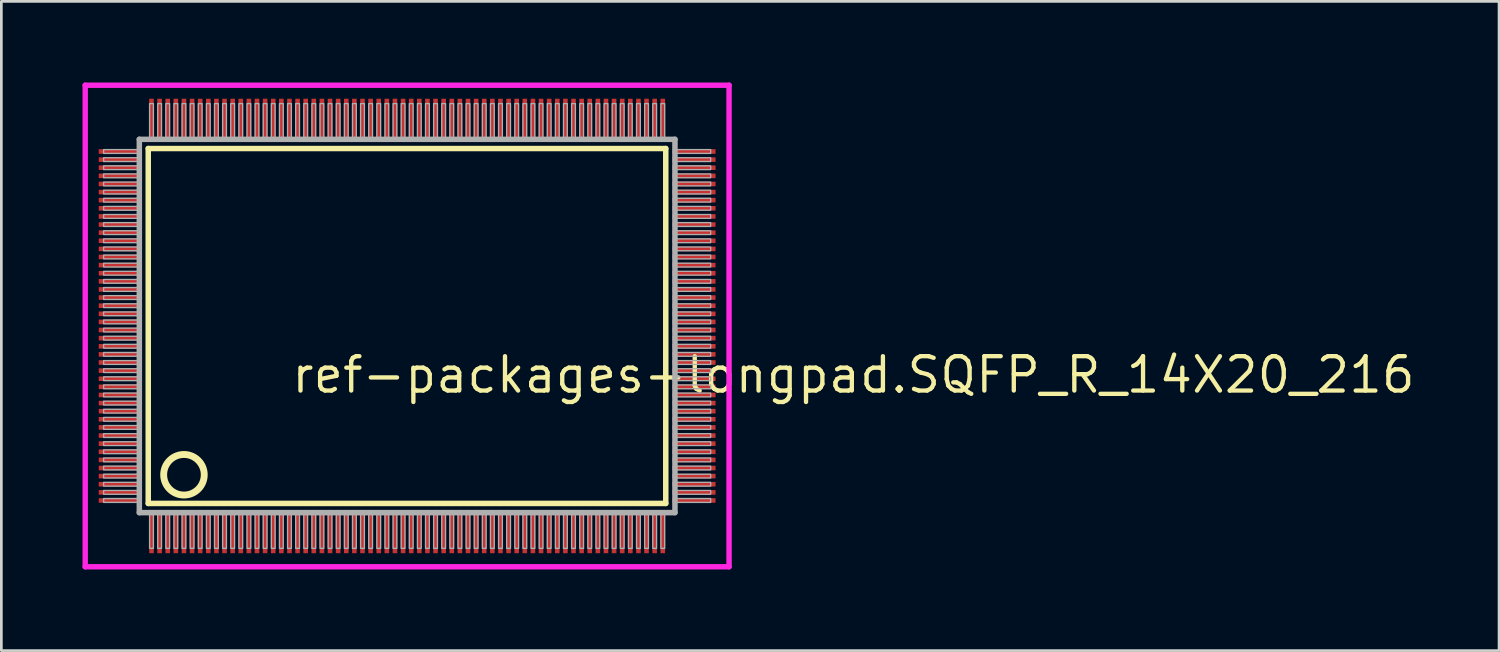
<source format=kicad_pcb>
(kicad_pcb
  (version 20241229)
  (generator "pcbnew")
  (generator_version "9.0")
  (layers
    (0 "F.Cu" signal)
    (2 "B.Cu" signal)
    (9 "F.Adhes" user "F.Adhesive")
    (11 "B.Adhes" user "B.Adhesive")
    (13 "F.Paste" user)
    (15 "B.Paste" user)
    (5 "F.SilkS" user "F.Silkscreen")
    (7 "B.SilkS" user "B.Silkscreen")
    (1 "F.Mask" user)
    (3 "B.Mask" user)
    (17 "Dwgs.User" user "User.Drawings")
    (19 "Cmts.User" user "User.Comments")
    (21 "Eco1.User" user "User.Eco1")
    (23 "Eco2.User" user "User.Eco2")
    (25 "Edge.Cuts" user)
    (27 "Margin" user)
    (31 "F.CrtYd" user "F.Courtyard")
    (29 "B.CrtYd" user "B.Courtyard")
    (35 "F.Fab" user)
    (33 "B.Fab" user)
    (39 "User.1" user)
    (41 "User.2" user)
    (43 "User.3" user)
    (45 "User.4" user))
  (footprint "ref-packages-longpad.SQFP_R_14X20_216"
    (layer "F.Cu")
    (at 12 9)
    (property "Reference" "ref-packages-longpad.SQFP_R_14X20_216" (at -4.35 2.55 0) (layer "F.SilkS") (effects (font (size 1.27 1.27) (thickness 0.16)) (justify left bottom)))
    (attr smd)
    (fp_line (start -9.57 -6.56) (end 9.56 -6.56) (stroke (width 0.203) (type default)) (layer "F.SilkS"))
    (fp_line (start -9.57 6.56) (end -9.57 -6.56) (stroke (width 0.203) (type default)) (layer "F.SilkS"))
    (fp_line (start 9.56 -6.56) (end 9.56 6.56) (stroke (width 0.203) (type default)) (layer "F.SilkS"))
    (fp_line (start 9.56 6.56) (end -9.57 6.56) (stroke (width 0.203) (type default)) (layer "F.SilkS"))
    (fp_circle (center -8.25 5.5) (end -7.5 5.5) (stroke (width 0.254) (type default)) (fill no) (layer "F.SilkS"))
    (fp_line (start -11.9 -8.9) (end 11.9 -8.9) (stroke (width 0.2) (type default)) (layer "F.CrtYd"))
    (fp_line (start -11.9 8.9) (end -11.9 -8.9) (stroke (width 0.2) (type default)) (layer "F.CrtYd"))
    (fp_line (start 11.9 -8.9) (end 11.9 8.9) (stroke (width 0.2) (type default)) (layer "F.CrtYd"))
    (fp_line (start 11.9 8.9) (end -11.9 8.9) (stroke (width 0.2) (type default)) (layer "F.CrtYd"))
    (fp_line (start -9.9 -6.9) (end -9.9 6.9) (stroke (width 0.203) (type default)) (layer "F.Fab"))
    (fp_line (start -9.9 6.9) (end 9.9 6.9) (stroke (width 0.203) (type default)) (layer "F.Fab"))
    (fp_line (start 9.9 -6.9) (end -9.9 -6.9) (stroke (width 0.203) (type default)) (layer "F.Fab"))
    (fp_line (start 9.9 6.9) (end 9.9 -6.9) (stroke (width 0.203) (type default)) (layer "F.Fab"))
    (fp_rect (start -11.22 -6.38) (end -9.95 -6.52) (stroke (width 0.05) (type default)) (fill no) (layer "F.Fab"))
    (fp_rect (start -11.22 -6.08) (end -9.95 -6.22) (stroke (width 0.05) (type default)) (fill no) (layer "F.Fab"))
    (fp_rect (start -11.22 -5.78) (end -9.95 -5.92) (stroke (width 0.05) (type default)) (fill no) (layer "F.Fab"))
    (fp_rect (start -11.22 -5.48) (end -9.95 -5.62) (stroke (width 0.05) (type default)) (fill no) (layer "F.Fab"))
    (fp_rect (start -11.22 -5.18) (end -9.95 -5.32) (stroke (width 0.05) (type default)) (fill no) (layer "F.Fab"))
    (fp_rect (start -11.22 -4.88) (end -9.95 -5.02) (stroke (width 0.05) (type default)) (fill no) (layer "F.Fab"))
    (fp_rect (start -11.22 -4.58) (end -9.95 -4.72) (stroke (width 0.05) (type default)) (fill no) (layer "F.Fab"))
    (fp_rect (start -11.22 -4.28) (end -9.95 -4.42) (stroke (width 0.05) (type default)) (fill no) (layer "F.Fab"))
    (fp_rect (start -11.22 -3.98) (end -9.95 -4.12) (stroke (width 0.05) (type default)) (fill no) (layer "F.Fab"))
    (fp_rect (start -11.22 -3.68) (end -9.95 -3.82) (stroke (width 0.05) (type default)) (fill no) (layer "F.Fab"))
    (fp_rect (start -11.22 -3.38) (end -9.95 -3.52) (stroke (width 0.05) (type default)) (fill no) (layer "F.Fab"))
    (fp_rect (start -11.22 -3.08) (end -9.95 -3.22) (stroke (width 0.05) (type default)) (fill no) (layer "F.Fab"))
    (fp_rect (start -11.22 -2.78) (end -9.95 -2.92) (stroke (width 0.05) (type default)) (fill no) (layer "F.Fab"))
    (fp_rect (start -11.22 -2.48) (end -9.95 -2.62) (stroke (width 0.05) (type default)) (fill no) (layer "F.Fab"))
    (fp_rect (start -11.22 -2.18) (end -9.95 -2.32) (stroke (width 0.05) (type default)) (fill no) (layer "F.Fab"))
    (fp_rect (start -11.22 -1.88) (end -9.95 -2.02) (stroke (width 0.05) (type default)) (fill no) (layer "F.Fab"))
    (fp_rect (start -11.22 -1.58) (end -9.95 -1.72) (stroke (width 0.05) (type default)) (fill no) (layer "F.Fab"))
    (fp_rect (start -11.22 -1.28) (end -9.95 -1.42) (stroke (width 0.05) (type default)) (fill no) (layer "F.Fab"))
    (fp_rect (start -11.22 -0.98) (end -9.95 -1.12) (stroke (width 0.05) (type default)) (fill no) (layer "F.Fab"))
    (fp_rect (start -11.22 -0.68) (end -9.95 -0.82) (stroke (width 0.05) (type default)) (fill no) (layer "F.Fab"))
    (fp_rect (start -11.22 -0.38) (end -9.95 -0.52) (stroke (width 0.05) (type default)) (fill no) (layer "F.Fab"))
    (fp_rect (start -11.22 -0.08) (end -9.95 -0.22) (stroke (width 0.05) (type default)) (fill no) (layer "F.Fab"))
    (fp_rect (start -11.22 0.22) (end -9.95 0.08) (stroke (width 0.05) (type default)) (fill no) (layer "F.Fab"))
    (fp_rect (start -11.22 0.52) (end -9.95 0.38) (stroke (width 0.05) (type default)) (fill no) (layer "F.Fab"))
    (fp_rect (start -11.22 0.82) (end -9.95 0.68) (stroke (width 0.05) (type default)) (fill no) (layer "F.Fab"))
    (fp_rect (start -11.22 1.12) (end -9.95 0.98) (stroke (width 0.05) (type default)) (fill no) (layer "F.Fab"))
    (fp_rect (start -11.22 1.42) (end -9.95 1.28) (stroke (width 0.05) (type default)) (fill no) (layer "F.Fab"))
    (fp_rect (start -11.22 1.72) (end -9.95 1.58) (stroke (width 0.05) (type default)) (fill no) (layer "F.Fab"))
    (fp_rect (start -11.22 2.02) (end -9.95 1.88) (stroke (width 0.05) (type default)) (fill no) (layer "F.Fab"))
    (fp_rect (start -11.22 2.32) (end -9.95 2.18) (stroke (width 0.05) (type default)) (fill no) (layer "F.Fab"))
    (fp_rect (start -11.22 2.62) (end -9.95 2.48) (stroke (width 0.05) (type default)) (fill no) (layer "F.Fab"))
    (fp_rect (start -11.22 2.92) (end -9.95 2.78) (stroke (width 0.05) (type default)) (fill no) (layer "F.Fab"))
    (fp_rect (start -11.22 3.22) (end -9.95 3.08) (stroke (width 0.05) (type default)) (fill no) (layer "F.Fab"))
    (fp_rect (start -11.22 3.52) (end -9.95 3.38) (stroke (width 0.05) (type default)) (fill no) (layer "F.Fab"))
    (fp_rect (start -11.22 3.82) (end -9.95 3.68) (stroke (width 0.05) (type default)) (fill no) (layer "F.Fab"))
    (fp_rect (start -11.22 4.12) (end -9.95 3.98) (stroke (width 0.05) (type default)) (fill no) (layer "F.Fab"))
    (fp_rect (start -11.22 4.42) (end -9.95 4.28) (stroke (width 0.05) (type default)) (fill no) (layer "F.Fab"))
    (fp_rect (start -11.22 4.72) (end -9.95 4.58) (stroke (width 0.05) (type default)) (fill no) (layer "F.Fab"))
    (fp_rect (start -11.22 5.02) (end -9.95 4.88) (stroke (width 0.05) (type default)) (fill no) (layer "F.Fab"))
    (fp_rect (start -11.22 5.32) (end -9.95 5.18) (stroke (width 0.05) (type default)) (fill no) (layer "F.Fab"))
    (fp_rect (start -11.22 5.62) (end -9.95 5.48) (stroke (width 0.05) (type default)) (fill no) (layer "F.Fab"))
    (fp_rect (start -11.22 5.92) (end -9.95 5.78) (stroke (width 0.05) (type default)) (fill no) (layer "F.Fab"))
    (fp_rect (start -11.22 6.22) (end -9.95 6.08) (stroke (width 0.05) (type default)) (fill no) (layer "F.Fab"))
    (fp_rect (start -11.22 6.52) (end -9.95 6.38) (stroke (width 0.05) (type default)) (fill no) (layer "F.Fab"))
    (fp_rect (start -9.52 -6.95) (end -9.38 -8.22) (stroke (width 0.05) (type default)) (fill no) (layer "F.Fab"))
    (fp_rect (start -9.52 8.22) (end -9.38 6.95) (stroke (width 0.05) (type default)) (fill no) (layer "F.Fab"))
    (fp_rect (start -9.22 -6.95) (end -9.08 -8.22) (stroke (width 0.05) (type default)) (fill no) (layer "F.Fab"))
    (fp_rect (start -9.22 8.22) (end -9.08 6.95) (stroke (width 0.05) (type default)) (fill no) (layer "F.Fab"))
    (fp_rect (start -8.92 -6.95) (end -8.78 -8.22) (stroke (width 0.05) (type default)) (fill no) (layer "F.Fab"))
    (fp_rect (start -8.92 8.22) (end -8.78 6.95) (stroke (width 0.05) (type default)) (fill no) (layer "F.Fab"))
    (fp_rect (start -8.62 -6.95) (end -8.48 -8.22) (stroke (width 0.05) (type default)) (fill no) (layer "F.Fab"))
    (fp_rect (start -8.62 8.22) (end -8.48 6.95) (stroke (width 0.05) (type default)) (fill no) (layer "F.Fab"))
    (fp_rect (start -8.32 -6.95) (end -8.18 -8.22) (stroke (width 0.05) (type default)) (fill no) (layer "F.Fab"))
    (fp_rect (start -8.32 8.22) (end -8.18 6.95) (stroke (width 0.05) (type default)) (fill no) (layer "F.Fab"))
    (fp_rect (start -8.02 -6.95) (end -7.88 -8.22) (stroke (width 0.05) (type default)) (fill no) (layer "F.Fab"))
    (fp_rect (start -8.02 8.22) (end -7.88 6.95) (stroke (width 0.05) (type default)) (fill no) (layer "F.Fab"))
    (fp_rect (start -7.72 -6.95) (end -7.58 -8.22) (stroke (width 0.05) (type default)) (fill no) (layer "F.Fab"))
    (fp_rect (start -7.72 8.22) (end -7.58 6.95) (stroke (width 0.05) (type default)) (fill no) (layer "F.Fab"))
    (fp_rect (start -7.42 -6.95) (end -7.28 -8.22) (stroke (width 0.05) (type default)) (fill no) (layer "F.Fab"))
    (fp_rect (start -7.42 8.22) (end -7.28 6.95) (stroke (width 0.05) (type default)) (fill no) (layer "F.Fab"))
    (fp_rect (start -7.12 -6.95) (end -6.98 -8.22) (stroke (width 0.05) (type default)) (fill no) (layer "F.Fab"))
    (fp_rect (start -7.12 8.22) (end -6.98 6.95) (stroke (width 0.05) (type default)) (fill no) (layer "F.Fab"))
    (fp_rect (start -6.82 -6.95) (end -6.68 -8.22) (stroke (width 0.05) (type default)) (fill no) (layer "F.Fab"))
    (fp_rect (start -6.82 8.22) (end -6.68 6.95) (stroke (width 0.05) (type default)) (fill no) (layer "F.Fab"))
    (fp_rect (start -6.52 -6.95) (end -6.38 -8.22) (stroke (width 0.05) (type default)) (fill no) (layer "F.Fab"))
    (fp_rect (start -6.52 8.22) (end -6.38 6.95) (stroke (width 0.05) (type default)) (fill no) (layer "F.Fab"))
    (fp_rect (start -6.22 -6.95) (end -6.08 -8.22) (stroke (width 0.05) (type default)) (fill no) (layer "F.Fab"))
    (fp_rect (start -6.22 8.22) (end -6.08 6.95) (stroke (width 0.05) (type default)) (fill no) (layer "F.Fab"))
    (fp_rect (start -5.92 -6.95) (end -5.78 -8.22) (stroke (width 0.05) (type default)) (fill no) (layer "F.Fab"))
    (fp_rect (start -5.92 8.22) (end -5.78 6.95) (stroke (width 0.05) (type default)) (fill no) (layer "F.Fab"))
    (fp_rect (start -5.62 -6.95) (end -5.48 -8.22) (stroke (width 0.05) (type default)) (fill no) (layer "F.Fab"))
    (fp_rect (start -5.62 8.22) (end -5.48 6.95) (stroke (width 0.05) (type default)) (fill no) (layer "F.Fab"))
    (fp_rect (start -5.32 -6.95) (end -5.18 -8.22) (stroke (width 0.05) (type default)) (fill no) (layer "F.Fab"))
    (fp_rect (start -5.32 8.22) (end -5.18 6.95) (stroke (width 0.05) (type default)) (fill no) (layer "F.Fab"))
    (fp_rect (start -5.02 -6.95) (end -4.88 -8.22) (stroke (width 0.05) (type default)) (fill no) (layer "F.Fab"))
    (fp_rect (start -5.02 8.22) (end -4.88 6.95) (stroke (width 0.05) (type default)) (fill no) (layer "F.Fab"))
    (fp_rect (start -4.72 -6.95) (end -4.58 -8.22) (stroke (width 0.05) (type default)) (fill no) (layer "F.Fab"))
    (fp_rect (start -4.72 8.22) (end -4.58 6.95) (stroke (width 0.05) (type default)) (fill no) (layer "F.Fab"))
    (fp_rect (start -4.42 -6.95) (end -4.28 -8.22) (stroke (width 0.05) (type default)) (fill no) (layer "F.Fab"))
    (fp_rect (start -4.42 8.22) (end -4.28 6.95) (stroke (width 0.05) (type default)) (fill no) (layer "F.Fab"))
    (fp_rect (start -4.12 -6.95) (end -3.98 -8.22) (stroke (width 0.05) (type default)) (fill no) (layer "F.Fab"))
    (fp_rect (start -4.12 8.22) (end -3.98 6.95) (stroke (width 0.05) (type default)) (fill no) (layer "F.Fab"))
    (fp_rect (start -3.82 -6.95) (end -3.68 -8.22) (stroke (width 0.05) (type default)) (fill no) (layer "F.Fab"))
    (fp_rect (start -3.82 8.22) (end -3.68 6.95) (stroke (width 0.05) (type default)) (fill no) (layer "F.Fab"))
    (fp_rect (start -3.52 -6.95) (end -3.38 -8.22) (stroke (width 0.05) (type default)) (fill no) (layer "F.Fab"))
    (fp_rect (start -3.52 8.22) (end -3.38 6.95) (stroke (width 0.05) (type default)) (fill no) (layer "F.Fab"))
    (fp_rect (start -3.22 -6.95) (end -3.08 -8.22) (stroke (width 0.05) (type default)) (fill no) (layer "F.Fab"))
    (fp_rect (start -3.22 8.22) (end -3.08 6.95) (stroke (width 0.05) (type default)) (fill no) (layer "F.Fab"))
    (fp_rect (start -2.92 -6.95) (end -2.78 -8.22) (stroke (width 0.05) (type default)) (fill no) (layer "F.Fab"))
    (fp_rect (start -2.92 8.22) (end -2.78 6.95) (stroke (width 0.05) (type default)) (fill no) (layer "F.Fab"))
    (fp_rect (start -2.62 -6.95) (end -2.48 -8.22) (stroke (width 0.05) (type default)) (fill no) (layer "F.Fab"))
    (fp_rect (start -2.62 8.22) (end -2.48 6.95) (stroke (width 0.05) (type default)) (fill no) (layer "F.Fab"))
    (fp_rect (start -2.32 -6.95) (end -2.18 -8.22) (stroke (width 0.05) (type default)) (fill no) (layer "F.Fab"))
    (fp_rect (start -2.32 8.22) (end -2.18 6.95) (stroke (width 0.05) (type default)) (fill no) (layer "F.Fab"))
    (fp_rect (start -2.02 -6.95) (end -1.88 -8.22) (stroke (width 0.05) (type default)) (fill no) (layer "F.Fab"))
    (fp_rect (start -2.02 8.22) (end -1.88 6.95) (stroke (width 0.05) (type default)) (fill no) (layer "F.Fab"))
    (fp_rect (start -1.72 -6.95) (end -1.58 -8.22) (stroke (width 0.05) (type default)) (fill no) (layer "F.Fab"))
    (fp_rect (start -1.72 8.22) (end -1.58 6.95) (stroke (width 0.05) (type default)) (fill no) (layer "F.Fab"))
    (fp_rect (start -1.42 -6.95) (end -1.28 -8.22) (stroke (width 0.05) (type default)) (fill no) (layer "F.Fab"))
    (fp_rect (start -1.42 8.22) (end -1.28 6.95) (stroke (width 0.05) (type default)) (fill no) (layer "F.Fab"))
    (fp_rect (start -1.12 -6.95) (end -0.98 -8.22) (stroke (width 0.05) (type default)) (fill no) (layer "F.Fab"))
    (fp_rect (start -1.12 8.22) (end -0.98 6.95) (stroke (width 0.05) (type default)) (fill no) (layer "F.Fab"))
    (fp_rect (start -0.82 -6.95) (end -0.68 -8.22) (stroke (width 0.05) (type default)) (fill no) (layer "F.Fab"))
    (fp_rect (start -0.82 8.22) (end -0.68 6.95) (stroke (width 0.05) (type default)) (fill no) (layer "F.Fab"))
    (fp_rect (start -0.52 -6.95) (end -0.38 -8.22) (stroke (width 0.05) (type default)) (fill no) (layer "F.Fab"))
    (fp_rect (start -0.52 8.22) (end -0.38 6.95) (stroke (width 0.05) (type default)) (fill no) (layer "F.Fab"))
    (fp_rect (start -0.22 -6.95) (end -0.08 -8.22) (stroke (width 0.05) (type default)) (fill no) (layer "F.Fab"))
    (fp_rect (start -0.22 8.22) (end -0.08 6.95) (stroke (width 0.05) (type default)) (fill no) (layer "F.Fab"))
    (fp_rect (start 0.08 -6.95) (end 0.22 -8.22) (stroke (width 0.05) (type default)) (fill no) (layer "F.Fab"))
    (fp_rect (start 0.08 8.22) (end 0.22 6.95) (stroke (width 0.05) (type default)) (fill no) (layer "F.Fab"))
    (fp_rect (start 0.38 -6.95) (end 0.52 -8.22) (stroke (width 0.05) (type default)) (fill no) (layer "F.Fab"))
    (fp_rect (start 0.38 8.22) (end 0.52 6.95) (stroke (width 0.05) (type default)) (fill no) (layer "F.Fab"))
    (fp_rect (start 0.68 -6.95) (end 0.82 -8.22) (stroke (width 0.05) (type default)) (fill no) (layer "F.Fab"))
    (fp_rect (start 0.68 8.22) (end 0.82 6.95) (stroke (width 0.05) (type default)) (fill no) (layer "F.Fab"))
    (fp_rect (start 0.98 -6.95) (end 1.12 -8.22) (stroke (width 0.05) (type default)) (fill no) (layer "F.Fab"))
    (fp_rect (start 0.98 8.22) (end 1.12 6.95) (stroke (width 0.05) (type default)) (fill no) (layer "F.Fab"))
    (fp_rect (start 1.28 -6.95) (end 1.42 -8.22) (stroke (width 0.05) (type default)) (fill no) (layer "F.Fab"))
    (fp_rect (start 1.28 8.22) (end 1.42 6.95) (stroke (width 0.05) (type default)) (fill no) (layer "F.Fab"))
    (fp_rect (start 1.58 -6.95) (end 1.72 -8.22) (stroke (width 0.05) (type default)) (fill no) (layer "F.Fab"))
    (fp_rect (start 1.58 8.22) (end 1.72 6.95) (stroke (width 0.05) (type default)) (fill no) (layer "F.Fab"))
    (fp_rect (start 1.88 -6.95) (end 2.02 -8.22) (stroke (width 0.05) (type default)) (fill no) (layer "F.Fab"))
    (fp_rect (start 1.88 8.22) (end 2.02 6.95) (stroke (width 0.05) (type default)) (fill no) (layer "F.Fab"))
    (fp_rect (start 2.18 -6.95) (end 2.32 -8.22) (stroke (width 0.05) (type default)) (fill no) (layer "F.Fab"))
    (fp_rect (start 2.18 8.22) (end 2.32 6.95) (stroke (width 0.05) (type default)) (fill no) (layer "F.Fab"))
    (fp_rect (start 2.48 -6.95) (end 2.62 -8.22) (stroke (width 0.05) (type default)) (fill no) (layer "F.Fab"))
    (fp_rect (start 2.48 8.22) (end 2.62 6.95) (stroke (width 0.05) (type default)) (fill no) (layer "F.Fab"))
    (fp_rect (start 2.78 -6.95) (end 2.92 -8.22) (stroke (width 0.05) (type default)) (fill no) (layer "F.Fab"))
    (fp_rect (start 2.78 8.22) (end 2.92 6.95) (stroke (width 0.05) (type default)) (fill no) (layer "F.Fab"))
    (fp_rect (start 3.08 -6.95) (end 3.22 -8.22) (stroke (width 0.05) (type default)) (fill no) (layer "F.Fab"))
    (fp_rect (start 3.08 8.22) (end 3.22 6.95) (stroke (width 0.05) (type default)) (fill no) (layer "F.Fab"))
    (fp_rect (start 3.38 -6.95) (end 3.52 -8.22) (stroke (width 0.05) (type default)) (fill no) (layer "F.Fab"))
    (fp_rect (start 3.38 8.22) (end 3.52 6.95) (stroke (width 0.05) (type default)) (fill no) (layer "F.Fab"))
    (fp_rect (start 3.68 -6.95) (end 3.82 -8.22) (stroke (width 0.05) (type default)) (fill no) (layer "F.Fab"))
    (fp_rect (start 3.68 8.22) (end 3.82 6.95) (stroke (width 0.05) (type default)) (fill no) (layer "F.Fab"))
    (fp_rect (start 3.98 -6.95) (end 4.12 -8.22) (stroke (width 0.05) (type default)) (fill no) (layer "F.Fab"))
    (fp_rect (start 3.98 8.22) (end 4.12 6.95) (stroke (width 0.05) (type default)) (fill no) (layer "F.Fab"))
    (fp_rect (start 4.28 -6.95) (end 4.42 -8.22) (stroke (width 0.05) (type default)) (fill no) (layer "F.Fab"))
    (fp_rect (start 4.28 8.22) (end 4.42 6.95) (stroke (width 0.05) (type default)) (fill no) (layer "F.Fab"))
    (fp_rect (start 4.58 -6.95) (end 4.72 -8.22) (stroke (width 0.05) (type default)) (fill no) (layer "F.Fab"))
    (fp_rect (start 4.58 8.22) (end 4.72 6.95) (stroke (width 0.05) (type default)) (fill no) (layer "F.Fab"))
    (fp_rect (start 4.88 -6.95) (end 5.02 -8.22) (stroke (width 0.05) (type default)) (fill no) (layer "F.Fab"))
    (fp_rect (start 4.88 8.22) (end 5.02 6.95) (stroke (width 0.05) (type default)) (fill no) (layer "F.Fab"))
    (fp_rect (start 5.18 -6.95) (end 5.32 -8.22) (stroke (width 0.05) (type default)) (fill no) (layer "F.Fab"))
    (fp_rect (start 5.18 8.22) (end 5.32 6.95) (stroke (width 0.05) (type default)) (fill no) (layer "F.Fab"))
    (fp_rect (start 5.48 -6.95) (end 5.62 -8.22) (stroke (width 0.05) (type default)) (fill no) (layer "F.Fab"))
    (fp_rect (start 5.48 8.22) (end 5.62 6.95) (stroke (width 0.05) (type default)) (fill no) (layer "F.Fab"))
    (fp_rect (start 5.78 -6.95) (end 5.92 -8.22) (stroke (width 0.05) (type default)) (fill no) (layer "F.Fab"))
    (fp_rect (start 5.78 8.22) (end 5.92 6.95) (stroke (width 0.05) (type default)) (fill no) (layer "F.Fab"))
    (fp_rect (start 6.08 -6.95) (end 6.22 -8.22) (stroke (width 0.05) (type default)) (fill no) (layer "F.Fab"))
    (fp_rect (start 6.08 8.22) (end 6.22 6.95) (stroke (width 0.05) (type default)) (fill no) (layer "F.Fab"))
    (fp_rect (start 6.38 -6.95) (end 6.52 -8.22) (stroke (width 0.05) (type default)) (fill no) (layer "F.Fab"))
    (fp_rect (start 6.38 8.22) (end 6.52 6.95) (stroke (width 0.05) (type default)) (fill no) (layer "F.Fab"))
    (fp_rect (start 6.68 -6.95) (end 6.82 -8.22) (stroke (width 0.05) (type default)) (fill no) (layer "F.Fab"))
    (fp_rect (start 6.68 8.22) (end 6.82 6.95) (stroke (width 0.05) (type default)) (fill no) (layer "F.Fab"))
    (fp_rect (start 6.98 -6.95) (end 7.12 -8.22) (stroke (width 0.05) (type default)) (fill no) (layer "F.Fab"))
    (fp_rect (start 6.98 8.22) (end 7.12 6.95) (stroke (width 0.05) (type default)) (fill no) (layer "F.Fab"))
    (fp_rect (start 7.28 -6.95) (end 7.42 -8.22) (stroke (width 0.05) (type default)) (fill no) (layer "F.Fab"))
    (fp_rect (start 7.28 8.22) (end 7.42 6.95) (stroke (width 0.05) (type default)) (fill no) (layer "F.Fab"))
    (fp_rect (start 7.58 -6.95) (end 7.72 -8.22) (stroke (width 0.05) (type default)) (fill no) (layer "F.Fab"))
    (fp_rect (start 7.58 8.22) (end 7.72 6.95) (stroke (width 0.05) (type default)) (fill no) (layer "F.Fab"))
    (fp_rect (start 7.88 -6.95) (end 8.02 -8.22) (stroke (width 0.05) (type default)) (fill no) (layer "F.Fab"))
    (fp_rect (start 7.88 8.22) (end 8.02 6.95) (stroke (width 0.05) (type default)) (fill no) (layer "F.Fab"))
    (fp_rect (start 8.18 -6.95) (end 8.32 -8.22) (stroke (width 0.05) (type default)) (fill no) (layer "F.Fab"))
    (fp_rect (start 8.18 8.22) (end 8.32 6.95) (stroke (width 0.05) (type default)) (fill no) (layer "F.Fab"))
    (fp_rect (start 8.48 -6.95) (end 8.62 -8.22) (stroke (width 0.05) (type default)) (fill no) (layer "F.Fab"))
    (fp_rect (start 8.48 8.22) (end 8.62 6.95) (stroke (width 0.05) (type default)) (fill no) (layer "F.Fab"))
    (fp_rect (start 8.78 -6.95) (end 8.92 -8.22) (stroke (width 0.05) (type default)) (fill no) (layer "F.Fab"))
    (fp_rect (start 8.78 8.22) (end 8.92 6.95) (stroke (width 0.05) (type default)) (fill no) (layer "F.Fab"))
    (fp_rect (start 9.08 -6.95) (end 9.22 -8.22) (stroke (width 0.05) (type default)) (fill no) (layer "F.Fab"))
    (fp_rect (start 9.08 8.22) (end 9.22 6.95) (stroke (width 0.05) (type default)) (fill no) (layer "F.Fab"))
    (fp_rect (start 9.38 -6.95) (end 9.52 -8.22) (stroke (width 0.05) (type default)) (fill no) (layer "F.Fab"))
    (fp_rect (start 9.38 8.22) (end 9.52 6.95) (stroke (width 0.05) (type default)) (fill no) (layer "F.Fab"))
    (fp_rect (start 9.95 -6.38) (end 11.22 -6.52) (stroke (width 0.05) (type default)) (fill no) (layer "F.Fab"))
    (fp_rect (start 9.95 -6.08) (end 11.22 -6.22) (stroke (width 0.05) (type default)) (fill no) (layer "F.Fab"))
    (fp_rect (start 9.95 -5.78) (end 11.22 -5.92) (stroke (width 0.05) (type default)) (fill no) (layer "F.Fab"))
    (fp_rect (start 9.95 -5.48) (end 11.22 -5.62) (stroke (width 0.05) (type default)) (fill no) (layer "F.Fab"))
    (fp_rect (start 9.95 -5.18) (end 11.22 -5.32) (stroke (width 0.05) (type default)) (fill no) (layer "F.Fab"))
    (fp_rect (start 9.95 -4.88) (end 11.22 -5.02) (stroke (width 0.05) (type default)) (fill no) (layer "F.Fab"))
    (fp_rect (start 9.95 -4.58) (end 11.22 -4.72) (stroke (width 0.05) (type default)) (fill no) (layer "F.Fab"))
    (fp_rect (start 9.95 -4.28) (end 11.22 -4.42) (stroke (width 0.05) (type default)) (fill no) (layer "F.Fab"))
    (fp_rect (start 9.95 -3.98) (end 11.22 -4.12) (stroke (width 0.05) (type default)) (fill no) (layer "F.Fab"))
    (fp_rect (start 9.95 -3.68) (end 11.22 -3.82) (stroke (width 0.05) (type default)) (fill no) (layer "F.Fab"))
    (fp_rect (start 9.95 -3.38) (end 11.22 -3.52) (stroke (width 0.05) (type default)) (fill no) (layer "F.Fab"))
    (fp_rect (start 9.95 -3.08) (end 11.22 -3.22) (stroke (width 0.05) (type default)) (fill no) (layer "F.Fab"))
    (fp_rect (start 9.95 -2.78) (end 11.22 -2.92) (stroke (width 0.05) (type default)) (fill no) (layer "F.Fab"))
    (fp_rect (start 9.95 -2.48) (end 11.22 -2.62) (stroke (width 0.05) (type default)) (fill no) (layer "F.Fab"))
    (fp_rect (start 9.95 -2.18) (end 11.22 -2.32) (stroke (width 0.05) (type default)) (fill no) (layer "F.Fab"))
    (fp_rect (start 9.95 -1.88) (end 11.22 -2.02) (stroke (width 0.05) (type default)) (fill no) (layer "F.Fab"))
    (fp_rect (start 9.95 -1.58) (end 11.22 -1.72) (stroke (width 0.05) (type default)) (fill no) (layer "F.Fab"))
    (fp_rect (start 9.95 -1.28) (end 11.22 -1.42) (stroke (width 0.05) (type default)) (fill no) (layer "F.Fab"))
    (fp_rect (start 9.95 -0.98) (end 11.22 -1.12) (stroke (width 0.05) (type default)) (fill no) (layer "F.Fab"))
    (fp_rect (start 9.95 -0.68) (end 11.22 -0.82) (stroke (width 0.05) (type default)) (fill no) (layer "F.Fab"))
    (fp_rect (start 9.95 -0.38) (end 11.22 -0.52) (stroke (width 0.05) (type default)) (fill no) (layer "F.Fab"))
    (fp_rect (start 9.95 -0.08) (end 11.22 -0.22) (stroke (width 0.05) (type default)) (fill no) (layer "F.Fab"))
    (fp_rect (start 9.95 0.22) (end 11.22 0.08) (stroke (width 0.05) (type default)) (fill no) (layer "F.Fab"))
    (fp_rect (start 9.95 0.52) (end 11.22 0.38) (stroke (width 0.05) (type default)) (fill no) (layer "F.Fab"))
    (fp_rect (start 9.95 0.82) (end 11.22 0.68) (stroke (width 0.05) (type default)) (fill no) (layer "F.Fab"))
    (fp_rect (start 9.95 1.12) (end 11.22 0.98) (stroke (width 0.05) (type default)) (fill no) (layer "F.Fab"))
    (fp_rect (start 9.95 1.42) (end 11.22 1.28) (stroke (width 0.05) (type default)) (fill no) (layer "F.Fab"))
    (fp_rect (start 9.95 1.72) (end 11.22 1.58) (stroke (width 0.05) (type default)) (fill no) (layer "F.Fab"))
    (fp_rect (start 9.95 2.02) (end 11.22 1.88) (stroke (width 0.05) (type default)) (fill no) (layer "F.Fab"))
    (fp_rect (start 9.95 2.32) (end 11.22 2.18) (stroke (width 0.05) (type default)) (fill no) (layer "F.Fab"))
    (fp_rect (start 9.95 2.62) (end 11.22 2.48) (stroke (width 0.05) (type default)) (fill no) (layer "F.Fab"))
    (fp_rect (start 9.95 2.92) (end 11.22 2.78) (stroke (width 0.05) (type default)) (fill no) (layer "F.Fab"))
    (fp_rect (start 9.95 3.22) (end 11.22 3.08) (stroke (width 0.05) (type default)) (fill no) (layer "F.Fab"))
    (fp_rect (start 9.95 3.52) (end 11.22 3.38) (stroke (width 0.05) (type default)) (fill no) (layer "F.Fab"))
    (fp_rect (start 9.95 3.82) (end 11.22 3.68) (stroke (width 0.05) (type default)) (fill no) (layer "F.Fab"))
    (fp_rect (start 9.95 4.12) (end 11.22 3.98) (stroke (width 0.05) (type default)) (fill no) (layer "F.Fab"))
    (fp_rect (start 9.95 4.42) (end 11.22 4.28) (stroke (width 0.05) (type default)) (fill no) (layer "F.Fab"))
    (fp_rect (start 9.95 4.72) (end 11.22 4.58) (stroke (width 0.05) (type default)) (fill no) (layer "F.Fab"))
    (fp_rect (start 9.95 5.02) (end 11.22 4.88) (stroke (width 0.05) (type default)) (fill no) (layer "F.Fab"))
    (fp_rect (start 9.95 5.32) (end 11.22 5.18) (stroke (width 0.05) (type default)) (fill no) (layer "F.Fab"))
    (fp_rect (start 9.95 5.62) (end 11.22 5.48) (stroke (width 0.05) (type default)) (fill no) (layer "F.Fab"))
    (fp_rect (start 9.95 5.92) (end 11.22 5.78) (stroke (width 0.05) (type default)) (fill no) (layer "F.Fab"))
    (fp_rect (start 9.95 6.22) (end 11.22 6.08) (stroke (width 0.05) (type default)) (fill no) (layer "F.Fab"))
    (fp_rect (start 9.95 6.52) (end 11.22 6.38) (stroke (width 0.05) (type default)) (fill no) (layer "F.Fab"))
    (pad "1" smd roundrect (at -9.45 7.6) (size 0.17 1.6) (layers "F.Cu" "F.Mask" "F.Paste") (roundrect_rratio 0.01))
    (pad "2" smd roundrect (at -9.15 7.6) (size 0.17 1.6) (layers "F.Cu" "F.Mask" "F.Paste") (roundrect_rratio 0.01))
    (pad "3" smd roundrect (at -8.85 7.6) (size 0.17 1.6) (layers "F.Cu" "F.Mask" "F.Paste") (roundrect_rratio 0.01))
    (pad "4" smd roundrect (at -8.55 7.6) (size 0.17 1.6) (layers "F.Cu" "F.Mask" "F.Paste") (roundrect_rratio 0.01))
    (pad "5" smd roundrect (at -8.25 7.6) (size 0.17 1.6) (layers "F.Cu" "F.Mask" "F.Paste") (roundrect_rratio 0.01))
    (pad "6" smd roundrect (at -7.95 7.6) (size 0.17 1.6) (layers "F.Cu" "F.Mask" "F.Paste") (roundrect_rratio 0.01))
    (pad "7" smd roundrect (at -7.65 7.6) (size 0.17 1.6) (layers "F.Cu" "F.Mask" "F.Paste") (roundrect_rratio 0.01))
    (pad "8" smd roundrect (at -7.35 7.6) (size 0.17 1.6) (layers "F.Cu" "F.Mask" "F.Paste") (roundrect_rratio 0.01))
    (pad "9" smd roundrect (at -7.05 7.6) (size 0.17 1.6) (layers "F.Cu" "F.Mask" "F.Paste") (roundrect_rratio 0.01))
    (pad "10" smd roundrect (at -6.75 7.6) (size 0.17 1.6) (layers "F.Cu" "F.Mask" "F.Paste") (roundrect_rratio 0.01))
    (pad "11" smd roundrect (at -6.45 7.6) (size 0.17 1.6) (layers "F.Cu" "F.Mask" "F.Paste") (roundrect_rratio 0.01))
    (pad "12" smd roundrect (at -6.15 7.6) (size 0.17 1.6) (layers "F.Cu" "F.Mask" "F.Paste") (roundrect_rratio 0.01))
    (pad "13" smd roundrect (at -5.85 7.6) (size 0.17 1.6) (layers "F.Cu" "F.Mask" "F.Paste") (roundrect_rratio 0.01))
    (pad "14" smd roundrect (at -5.55 7.6) (size 0.17 1.6) (layers "F.Cu" "F.Mask" "F.Paste") (roundrect_rratio 0.01))
    (pad "15" smd roundrect (at -5.25 7.6) (size 0.17 1.6) (layers "F.Cu" "F.Mask" "F.Paste") (roundrect_rratio 0.01))
    (pad "16" smd roundrect (at -4.95 7.6) (size 0.17 1.6) (layers "F.Cu" "F.Mask" "F.Paste") (roundrect_rratio 0.01))
    (pad "17" smd roundrect (at -4.65 7.6) (size 0.17 1.6) (layers "F.Cu" "F.Mask" "F.Paste") (roundrect_rratio 0.01))
    (pad "18" smd roundrect (at -4.35 7.6) (size 0.17 1.6) (layers "F.Cu" "F.Mask" "F.Paste") (roundrect_rratio 0.01))
    (pad "19" smd roundrect (at -4.05 7.6) (size 0.17 1.6) (layers "F.Cu" "F.Mask" "F.Paste") (roundrect_rratio 0.01))
    (pad "20" smd roundrect (at -3.75 7.6) (size 0.17 1.6) (layers "F.Cu" "F.Mask" "F.Paste") (roundrect_rratio 0.01))
    (pad "21" smd roundrect (at -3.45 7.6) (size 0.17 1.6) (layers "F.Cu" "F.Mask" "F.Paste") (roundrect_rratio 0.01))
    (pad "22" smd roundrect (at -3.15 7.6) (size 0.17 1.6) (layers "F.Cu" "F.Mask" "F.Paste") (roundrect_rratio 0.01))
    (pad "23" smd roundrect (at -2.85 7.6) (size 0.17 1.6) (layers "F.Cu" "F.Mask" "F.Paste") (roundrect_rratio 0.01))
    (pad "24" smd roundrect (at -2.55 7.6) (size 0.17 1.6) (layers "F.Cu" "F.Mask" "F.Paste") (roundrect_rratio 0.01))
    (pad "25" smd roundrect (at -2.25 7.6) (size 0.17 1.6) (layers "F.Cu" "F.Mask" "F.Paste") (roundrect_rratio 0.01))
    (pad "26" smd roundrect (at -1.95 7.6) (size 0.17 1.6) (layers "F.Cu" "F.Mask" "F.Paste") (roundrect_rratio 0.01))
    (pad "27" smd roundrect (at -1.65 7.6) (size 0.17 1.6) (layers "F.Cu" "F.Mask" "F.Paste") (roundrect_rratio 0.01))
    (pad "28" smd roundrect (at -1.35 7.6) (size 0.17 1.6) (layers "F.Cu" "F.Mask" "F.Paste") (roundrect_rratio 0.01))
    (pad "29" smd roundrect (at -1.05 7.6) (size 0.17 1.6) (layers "F.Cu" "F.Mask" "F.Paste") (roundrect_rratio 0.01))
    (pad "30" smd roundrect (at -0.75 7.6) (size 0.17 1.6) (layers "F.Cu" "F.Mask" "F.Paste") (roundrect_rratio 0.01))
    (pad "31" smd roundrect (at -0.45 7.6) (size 0.17 1.6) (layers "F.Cu" "F.Mask" "F.Paste") (roundrect_rratio 0.01))
    (pad "32" smd roundrect (at -0.15 7.6) (size 0.17 1.6) (layers "F.Cu" "F.Mask" "F.Paste") (roundrect_rratio 0.01))
    (pad "33" smd roundrect (at 0.15 7.6) (size 0.17 1.6) (layers "F.Cu" "F.Mask" "F.Paste") (roundrect_rratio 0.01))
    (pad "34" smd roundrect (at 0.45 7.6) (size 0.17 1.6) (layers "F.Cu" "F.Mask" "F.Paste") (roundrect_rratio 0.01))
    (pad "35" smd roundrect (at 0.75 7.6) (size 0.17 1.6) (layers "F.Cu" "F.Mask" "F.Paste") (roundrect_rratio 0.01))
    (pad "36" smd roundrect (at 1.05 7.6) (size 0.17 1.6) (layers "F.Cu" "F.Mask" "F.Paste") (roundrect_rratio 0.01))
    (pad "37" smd roundrect (at 1.35 7.6) (size 0.17 1.6) (layers "F.Cu" "F.Mask" "F.Paste") (roundrect_rratio 0.01))
    (pad "38" smd roundrect (at 1.65 7.6) (size 0.17 1.6) (layers "F.Cu" "F.Mask" "F.Paste") (roundrect_rratio 0.01))
    (pad "39" smd roundrect (at 1.95 7.6) (size 0.17 1.6) (layers "F.Cu" "F.Mask" "F.Paste") (roundrect_rratio 0.01))
    (pad "40" smd roundrect (at 2.25 7.6) (size 0.17 1.6) (layers "F.Cu" "F.Mask" "F.Paste") (roundrect_rratio 0.01))
    (pad "41" smd roundrect (at 2.55 7.6) (size 0.17 1.6) (layers "F.Cu" "F.Mask" "F.Paste") (roundrect_rratio 0.01))
    (pad "42" smd roundrect (at 2.85 7.6) (size 0.17 1.6) (layers "F.Cu" "F.Mask" "F.Paste") (roundrect_rratio 0.01))
    (pad "43" smd roundrect (at 3.15 7.6) (size 0.17 1.6) (layers "F.Cu" "F.Mask" "F.Paste") (roundrect_rratio 0.01))
    (pad "44" smd roundrect (at 3.45 7.6) (size 0.17 1.6) (layers "F.Cu" "F.Mask" "F.Paste") (roundrect_rratio 0.01))
    (pad "45" smd roundrect (at 3.75 7.6) (size 0.17 1.6) (layers "F.Cu" "F.Mask" "F.Paste") (roundrect_rratio 0.01))
    (pad "46" smd roundrect (at 4.05 7.6) (size 0.17 1.6) (layers "F.Cu" "F.Mask" "F.Paste") (roundrect_rratio 0.01))
    (pad "47" smd roundrect (at 4.35 7.6) (size 0.17 1.6) (layers "F.Cu" "F.Mask" "F.Paste") (roundrect_rratio 0.01))
    (pad "48" smd roundrect (at 4.65 7.6) (size 0.17 1.6) (layers "F.Cu" "F.Mask" "F.Paste") (roundrect_rratio 0.01))
    (pad "49" smd roundrect (at 4.95 7.6) (size 0.17 1.6) (layers "F.Cu" "F.Mask" "F.Paste") (roundrect_rratio 0.01))
    (pad "50" smd roundrect (at 5.25 7.6) (size 0.17 1.6) (layers "F.Cu" "F.Mask" "F.Paste") (roundrect_rratio 0.01))
    (pad "51" smd roundrect (at 5.55 7.6) (size 0.17 1.6) (layers "F.Cu" "F.Mask" "F.Paste") (roundrect_rratio 0.01))
    (pad "52" smd roundrect (at 5.85 7.6) (size 0.17 1.6) (layers "F.Cu" "F.Mask" "F.Paste") (roundrect_rratio 0.01))
    (pad "53" smd roundrect (at 6.15 7.6) (size 0.17 1.6) (layers "F.Cu" "F.Mask" "F.Paste") (roundrect_rratio 0.01))
    (pad "54" smd roundrect (at 6.45 7.6) (size 0.17 1.6) (layers "F.Cu" "F.Mask" "F.Paste") (roundrect_rratio 0.01))
    (pad "55" smd roundrect (at 6.75 7.6) (size 0.17 1.6) (layers "F.Cu" "F.Mask" "F.Paste") (roundrect_rratio 0.01))
    (pad "56" smd roundrect (at 7.05 7.6) (size 0.17 1.6) (layers "F.Cu" "F.Mask" "F.Paste") (roundrect_rratio 0.01))
    (pad "57" smd roundrect (at 7.35 7.6) (size 0.17 1.6) (layers "F.Cu" "F.Mask" "F.Paste") (roundrect_rratio 0.01))
    (pad "58" smd roundrect (at 7.65 7.6) (size 0.17 1.6) (layers "F.Cu" "F.Mask" "F.Paste") (roundrect_rratio 0.01))
    (pad "59" smd roundrect (at 7.95 7.6) (size 0.17 1.6) (layers "F.Cu" "F.Mask" "F.Paste") (roundrect_rratio 0.01))
    (pad "60" smd roundrect (at 8.25 7.6) (size 0.17 1.6) (layers "F.Cu" "F.Mask" "F.Paste") (roundrect_rratio 0.01))
    (pad "61" smd roundrect (at 8.55 7.6) (size 0.17 1.6) (layers "F.Cu" "F.Mask" "F.Paste") (roundrect_rratio 0.01))
    (pad "62" smd roundrect (at 8.85 7.6) (size 0.17 1.6) (layers "F.Cu" "F.Mask" "F.Paste") (roundrect_rratio 0.01))
    (pad "63" smd roundrect (at 9.15 7.6) (size 0.17 1.6) (layers "F.Cu" "F.Mask" "F.Paste") (roundrect_rratio 0.01))
    (pad "64" smd roundrect (at 9.45 7.6) (size 0.17 1.6) (layers "F.Cu" "F.Mask" "F.Paste") (roundrect_rratio 0.01))
    (pad "65" smd roundrect (at 10.6 6.45) (size 1.6 0.17) (layers "F.Cu" "F.Mask" "F.Paste") (roundrect_rratio 0.01))
    (pad "66" smd roundrect (at 10.6 6.15) (size 1.6 0.17) (layers "F.Cu" "F.Mask" "F.Paste") (roundrect_rratio 0.01))
    (pad "67" smd roundrect (at 10.6 5.85) (size 1.6 0.17) (layers "F.Cu" "F.Mask" "F.Paste") (roundrect_rratio 0.01))
    (pad "68" smd roundrect (at 10.6 5.55) (size 1.6 0.17) (layers "F.Cu" "F.Mask" "F.Paste") (roundrect_rratio 0.01))
    (pad "69" smd roundrect (at 10.6 5.25) (size 1.6 0.17) (layers "F.Cu" "F.Mask" "F.Paste") (roundrect_rratio 0.01))
    (pad "70" smd roundrect (at 10.6 4.95) (size 1.6 0.17) (layers "F.Cu" "F.Mask" "F.Paste") (roundrect_rratio 0.01))
    (pad "71" smd roundrect (at 10.6 4.65) (size 1.6 0.17) (layers "F.Cu" "F.Mask" "F.Paste") (roundrect_rratio 0.01))
    (pad "72" smd roundrect (at 10.6 4.35) (size 1.6 0.17) (layers "F.Cu" "F.Mask" "F.Paste") (roundrect_rratio 0.01))
    (pad "73" smd roundrect (at 10.6 4.05) (size 1.6 0.17) (layers "F.Cu" "F.Mask" "F.Paste") (roundrect_rratio 0.01))
    (pad "74" smd roundrect (at 10.6 3.75) (size 1.6 0.17) (layers "F.Cu" "F.Mask" "F.Paste") (roundrect_rratio 0.01))
    (pad "75" smd roundrect (at 10.6 3.45) (size 1.6 0.17) (layers "F.Cu" "F.Mask" "F.Paste") (roundrect_rratio 0.01))
    (pad "76" smd roundrect (at 10.6 3.15) (size 1.6 0.17) (layers "F.Cu" "F.Mask" "F.Paste") (roundrect_rratio 0.01))
    (pad "77" smd roundrect (at 10.6 2.85) (size 1.6 0.17) (layers "F.Cu" "F.Mask" "F.Paste") (roundrect_rratio 0.01))
    (pad "78" smd roundrect (at 10.6 2.55) (size 1.6 0.17) (layers "F.Cu" "F.Mask" "F.Paste") (roundrect_rratio 0.01))
    (pad "79" smd roundrect (at 10.6 2.25) (size 1.6 0.17) (layers "F.Cu" "F.Mask" "F.Paste") (roundrect_rratio 0.01))
    (pad "80" smd roundrect (at 10.6 1.95) (size 1.6 0.17) (layers "F.Cu" "F.Mask" "F.Paste") (roundrect_rratio 0.01))
    (pad "81" smd roundrect (at 10.6 1.65) (size 1.6 0.17) (layers "F.Cu" "F.Mask" "F.Paste") (roundrect_rratio 0.01))
    (pad "82" smd roundrect (at 10.6 1.35) (size 1.6 0.17) (layers "F.Cu" "F.Mask" "F.Paste") (roundrect_rratio 0.01))
    (pad "83" smd roundrect (at 10.6 1.05) (size 1.6 0.17) (layers "F.Cu" "F.Mask" "F.Paste") (roundrect_rratio 0.01))
    (pad "84" smd roundrect (at 10.6 0.75) (size 1.6 0.17) (layers "F.Cu" "F.Mask" "F.Paste") (roundrect_rratio 0.01))
    (pad "85" smd roundrect (at 10.6 0.45) (size 1.6 0.17) (layers "F.Cu" "F.Mask" "F.Paste") (roundrect_rratio 0.01))
    (pad "86" smd roundrect (at 10.6 0.15) (size 1.6 0.17) (layers "F.Cu" "F.Mask" "F.Paste") (roundrect_rratio 0.01))
    (pad "87" smd roundrect (at 10.6 -0.15) (size 1.6 0.17) (layers "F.Cu" "F.Mask" "F.Paste") (roundrect_rratio 0.01))
    (pad "88" smd roundrect (at 10.6 -0.45) (size 1.6 0.17) (layers "F.Cu" "F.Mask" "F.Paste") (roundrect_rratio 0.01))
    (pad "89" smd roundrect (at 10.6 -0.75) (size 1.6 0.17) (layers "F.Cu" "F.Mask" "F.Paste") (roundrect_rratio 0.01))
    (pad "90" smd roundrect (at 10.6 -1.05) (size 1.6 0.17) (layers "F.Cu" "F.Mask" "F.Paste") (roundrect_rratio 0.01))
    (pad "91" smd roundrect (at 10.6 -1.35) (size 1.6 0.17) (layers "F.Cu" "F.Mask" "F.Paste") (roundrect_rratio 0.01))
    (pad "92" smd roundrect (at 10.6 -1.65) (size 1.6 0.17) (layers "F.Cu" "F.Mask" "F.Paste") (roundrect_rratio 0.01))
    (pad "93" smd roundrect (at 10.6 -1.95) (size 1.6 0.17) (layers "F.Cu" "F.Mask" "F.Paste") (roundrect_rratio 0.01))
    (pad "94" smd roundrect (at 10.6 -2.25) (size 1.6 0.17) (layers "F.Cu" "F.Mask" "F.Paste") (roundrect_rratio 0.01))
    (pad "95" smd roundrect (at 10.6 -2.55) (size 1.6 0.17) (layers "F.Cu" "F.Mask" "F.Paste") (roundrect_rratio 0.01))
    (pad "96" smd roundrect (at 10.6 -2.85) (size 1.6 0.17) (layers "F.Cu" "F.Mask" "F.Paste") (roundrect_rratio 0.01))
    (pad "97" smd roundrect (at 10.6 -3.15) (size 1.6 0.17) (layers "F.Cu" "F.Mask" "F.Paste") (roundrect_rratio 0.01))
    (pad "98" smd roundrect (at 10.6 -3.45) (size 1.6 0.17) (layers "F.Cu" "F.Mask" "F.Paste") (roundrect_rratio 0.01))
    (pad "99" smd roundrect (at 10.6 -3.75) (size 1.6 0.17) (layers "F.Cu" "F.Mask" "F.Paste") (roundrect_rratio 0.01))
    (pad "100" smd roundrect (at 10.6 -4.05) (size 1.6 0.17) (layers "F.Cu" "F.Mask" "F.Paste") (roundrect_rratio 0.01))
    (pad "101" smd roundrect (at 10.6 -4.35) (size 1.6 0.17) (layers "F.Cu" "F.Mask" "F.Paste") (roundrect_rratio 0.01))
    (pad "102" smd roundrect (at 10.6 -4.65) (size 1.6 0.17) (layers "F.Cu" "F.Mask" "F.Paste") (roundrect_rratio 0.01))
    (pad "103" smd roundrect (at 10.6 -4.95) (size 1.6 0.17) (layers "F.Cu" "F.Mask" "F.Paste") (roundrect_rratio 0.01))
    (pad "104" smd roundrect (at 10.6 -5.25) (size 1.6 0.17) (layers "F.Cu" "F.Mask" "F.Paste") (roundrect_rratio 0.01))
    (pad "105" smd roundrect (at 10.6 -5.55) (size 1.6 0.17) (layers "F.Cu" "F.Mask" "F.Paste") (roundrect_rratio 0.01))
    (pad "106" smd roundrect (at 10.6 -5.85) (size 1.6 0.17) (layers "F.Cu" "F.Mask" "F.Paste") (roundrect_rratio 0.01))
    (pad "107" smd roundrect (at 10.6 -6.15) (size 1.6 0.17) (layers "F.Cu" "F.Mask" "F.Paste") (roundrect_rratio 0.01))
    (pad "108" smd roundrect (at 10.6 -6.45) (size 1.6 0.17) (layers "F.Cu" "F.Mask" "F.Paste") (roundrect_rratio 0.01))
    (pad "109" smd roundrect (at 9.45 -7.6) (size 0.17 1.6) (layers "F.Cu" "F.Mask" "F.Paste") (roundrect_rratio 0.01))
    (pad "110" smd roundrect (at 9.15 -7.6) (size 0.17 1.6) (layers "F.Cu" "F.Mask" "F.Paste") (roundrect_rratio 0.01))
    (pad "111" smd roundrect (at 8.85 -7.6) (size 0.17 1.6) (layers "F.Cu" "F.Mask" "F.Paste") (roundrect_rratio 0.01))
    (pad "112" smd roundrect (at 8.55 -7.6) (size 0.17 1.6) (layers "F.Cu" "F.Mask" "F.Paste") (roundrect_rratio 0.01))
    (pad "113" smd roundrect (at 8.25 -7.6) (size 0.17 1.6) (layers "F.Cu" "F.Mask" "F.Paste") (roundrect_rratio 0.01))
    (pad "114" smd roundrect (at 7.95 -7.6) (size 0.17 1.6) (layers "F.Cu" "F.Mask" "F.Paste") (roundrect_rratio 0.01))
    (pad "115" smd roundrect (at 7.65 -7.6) (size 0.17 1.6) (layers "F.Cu" "F.Mask" "F.Paste") (roundrect_rratio 0.01))
    (pad "116" smd roundrect (at 7.35 -7.6) (size 0.17 1.6) (layers "F.Cu" "F.Mask" "F.Paste") (roundrect_rratio 0.01))
    (pad "117" smd roundrect (at 7.05 -7.6) (size 0.17 1.6) (layers "F.Cu" "F.Mask" "F.Paste") (roundrect_rratio 0.01))
    (pad "118" smd roundrect (at 6.75 -7.6) (size 0.17 1.6) (layers "F.Cu" "F.Mask" "F.Paste") (roundrect_rratio 0.01))
    (pad "119" smd roundrect (at 6.45 -7.6) (size 0.17 1.6) (layers "F.Cu" "F.Mask" "F.Paste") (roundrect_rratio 0.01))
    (pad "120" smd roundrect (at 6.15 -7.6) (size 0.17 1.6) (layers "F.Cu" "F.Mask" "F.Paste") (roundrect_rratio 0.01))
    (pad "121" smd roundrect (at 5.85 -7.6) (size 0.17 1.6) (layers "F.Cu" "F.Mask" "F.Paste") (roundrect_rratio 0.01))
    (pad "122" smd roundrect (at 5.55 -7.6) (size 0.17 1.6) (layers "F.Cu" "F.Mask" "F.Paste") (roundrect_rratio 0.01))
    (pad "123" smd roundrect (at 5.25 -7.6) (size 0.17 1.6) (layers "F.Cu" "F.Mask" "F.Paste") (roundrect_rratio 0.01))
    (pad "124" smd roundrect (at 4.95 -7.6) (size 0.17 1.6) (layers "F.Cu" "F.Mask" "F.Paste") (roundrect_rratio 0.01))
    (pad "125" smd roundrect (at 4.65 -7.6) (size 0.17 1.6) (layers "F.Cu" "F.Mask" "F.Paste") (roundrect_rratio 0.01))
    (pad "126" smd roundrect (at 4.35 -7.6) (size 0.17 1.6) (layers "F.Cu" "F.Mask" "F.Paste") (roundrect_rratio 0.01))
    (pad "127" smd roundrect (at 4.05 -7.6) (size 0.17 1.6) (layers "F.Cu" "F.Mask" "F.Paste") (roundrect_rratio 0.01))
    (pad "128" smd roundrect (at 3.75 -7.6) (size 0.17 1.6) (layers "F.Cu" "F.Mask" "F.Paste") (roundrect_rratio 0.01))
    (pad "129" smd roundrect (at 3.45 -7.6) (size 0.17 1.6) (layers "F.Cu" "F.Mask" "F.Paste") (roundrect_rratio 0.01))
    (pad "130" smd roundrect (at 3.15 -7.6) (size 0.17 1.6) (layers "F.Cu" "F.Mask" "F.Paste") (roundrect_rratio 0.01))
    (pad "131" smd roundrect (at 2.85 -7.6) (size 0.17 1.6) (layers "F.Cu" "F.Mask" "F.Paste") (roundrect_rratio 0.01))
    (pad "132" smd roundrect (at 2.55 -7.6) (size 0.17 1.6) (layers "F.Cu" "F.Mask" "F.Paste") (roundrect_rratio 0.01))
    (pad "133" smd roundrect (at 2.25 -7.6) (size 0.17 1.6) (layers "F.Cu" "F.Mask" "F.Paste") (roundrect_rratio 0.01))
    (pad "134" smd roundrect (at 1.95 -7.6) (size 0.17 1.6) (layers "F.Cu" "F.Mask" "F.Paste") (roundrect_rratio 0.01))
    (pad "135" smd roundrect (at 1.65 -7.6) (size 0.17 1.6) (layers "F.Cu" "F.Mask" "F.Paste") (roundrect_rratio 0.01))
    (pad "136" smd roundrect (at 1.35 -7.6) (size 0.17 1.6) (layers "F.Cu" "F.Mask" "F.Paste") (roundrect_rratio 0.01))
    (pad "137" smd roundrect (at 1.05 -7.6) (size 0.17 1.6) (layers "F.Cu" "F.Mask" "F.Paste") (roundrect_rratio 0.01))
    (pad "138" smd roundrect (at 0.75 -7.6) (size 0.17 1.6) (layers "F.Cu" "F.Mask" "F.Paste") (roundrect_rratio 0.01))
    (pad "139" smd roundrect (at 0.45 -7.6) (size 0.17 1.6) (layers "F.Cu" "F.Mask" "F.Paste") (roundrect_rratio 0.01))
    (pad "140" smd roundrect (at 0.15 -7.6) (size 0.17 1.6) (layers "F.Cu" "F.Mask" "F.Paste") (roundrect_rratio 0.01))
    (pad "141" smd roundrect (at -0.15 -7.6) (size 0.17 1.6) (layers "F.Cu" "F.Mask" "F.Paste") (roundrect_rratio 0.01))
    (pad "142" smd roundrect (at -0.45 -7.6) (size 0.17 1.6) (layers "F.Cu" "F.Mask" "F.Paste") (roundrect_rratio 0.01))
    (pad "143" smd roundrect (at -0.75 -7.6) (size 0.17 1.6) (layers "F.Cu" "F.Mask" "F.Paste") (roundrect_rratio 0.01))
    (pad "144" smd roundrect (at -1.05 -7.6) (size 0.17 1.6) (layers "F.Cu" "F.Mask" "F.Paste") (roundrect_rratio 0.01))
    (pad "145" smd roundrect (at -1.35 -7.6) (size 0.17 1.6) (layers "F.Cu" "F.Mask" "F.Paste") (roundrect_rratio 0.01))
    (pad "146" smd roundrect (at -1.65 -7.6) (size 0.17 1.6) (layers "F.Cu" "F.Mask" "F.Paste") (roundrect_rratio 0.01))
    (pad "147" smd roundrect (at -1.95 -7.6) (size 0.17 1.6) (layers "F.Cu" "F.Mask" "F.Paste") (roundrect_rratio 0.01))
    (pad "148" smd roundrect (at -2.25 -7.6) (size 0.17 1.6) (layers "F.Cu" "F.Mask" "F.Paste") (roundrect_rratio 0.01))
    (pad "149" smd roundrect (at -2.55 -7.6) (size 0.17 1.6) (layers "F.Cu" "F.Mask" "F.Paste") (roundrect_rratio 0.01))
    (pad "150" smd roundrect (at -2.85 -7.6) (size 0.17 1.6) (layers "F.Cu" "F.Mask" "F.Paste") (roundrect_rratio 0.01))
    (pad "151" smd roundrect (at -3.15 -7.6) (size 0.17 1.6) (layers "F.Cu" "F.Mask" "F.Paste") (roundrect_rratio 0.01))
    (pad "152" smd roundrect (at -3.45 -7.6) (size 0.17 1.6) (layers "F.Cu" "F.Mask" "F.Paste") (roundrect_rratio 0.01))
    (pad "153" smd roundrect (at -3.75 -7.6) (size 0.17 1.6) (layers "F.Cu" "F.Mask" "F.Paste") (roundrect_rratio 0.01))
    (pad "154" smd roundrect (at -4.05 -7.6) (size 0.17 1.6) (layers "F.Cu" "F.Mask" "F.Paste") (roundrect_rratio 0.01))
    (pad "155" smd roundrect (at -4.35 -7.6) (size 0.17 1.6) (layers "F.Cu" "F.Mask" "F.Paste") (roundrect_rratio 0.01))
    (pad "156" smd roundrect (at -4.65 -7.6) (size 0.17 1.6) (layers "F.Cu" "F.Mask" "F.Paste") (roundrect_rratio 0.01))
    (pad "157" smd roundrect (at -4.95 -7.6) (size 0.17 1.6) (layers "F.Cu" "F.Mask" "F.Paste") (roundrect_rratio 0.01))
    (pad "158" smd roundrect (at -5.25 -7.6) (size 0.17 1.6) (layers "F.Cu" "F.Mask" "F.Paste") (roundrect_rratio 0.01))
    (pad "159" smd roundrect (at -5.55 -7.6) (size 0.17 1.6) (layers "F.Cu" "F.Mask" "F.Paste") (roundrect_rratio 0.01))
    (pad "160" smd roundrect (at -5.85 -7.6) (size 0.17 1.6) (layers "F.Cu" "F.Mask" "F.Paste") (roundrect_rratio 0.01))
    (pad "161" smd roundrect (at -6.15 -7.6) (size 0.17 1.6) (layers "F.Cu" "F.Mask" "F.Paste") (roundrect_rratio 0.01))
    (pad "162" smd roundrect (at -6.45 -7.6) (size 0.17 1.6) (layers "F.Cu" "F.Mask" "F.Paste") (roundrect_rratio 0.01))
    (pad "163" smd roundrect (at -6.75 -7.6) (size 0.17 1.6) (layers "F.Cu" "F.Mask" "F.Paste") (roundrect_rratio 0.01))
    (pad "164" smd roundrect (at -7.05 -7.6) (size 0.17 1.6) (layers "F.Cu" "F.Mask" "F.Paste") (roundrect_rratio 0.01))
    (pad "165" smd roundrect (at -7.35 -7.6) (size 0.17 1.6) (layers "F.Cu" "F.Mask" "F.Paste") (roundrect_rratio 0.01))
    (pad "166" smd roundrect (at -7.65 -7.6) (size 0.17 1.6) (layers "F.Cu" "F.Mask" "F.Paste") (roundrect_rratio 0.01))
    (pad "167" smd roundrect (at -7.95 -7.6) (size 0.17 1.6) (layers "F.Cu" "F.Mask" "F.Paste") (roundrect_rratio 0.01))
    (pad "168" smd roundrect (at -8.25 -7.6) (size 0.17 1.6) (layers "F.Cu" "F.Mask" "F.Paste") (roundrect_rratio 0.01))
    (pad "169" smd roundrect (at -8.55 -7.6) (size 0.17 1.6) (layers "F.Cu" "F.Mask" "F.Paste") (roundrect_rratio 0.01))
    (pad "170" smd roundrect (at -8.85 -7.6) (size 0.17 1.6) (layers "F.Cu" "F.Mask" "F.Paste") (roundrect_rratio 0.01))
    (pad "171" smd roundrect (at -9.15 -7.6) (size 0.17 1.6) (layers "F.Cu" "F.Mask" "F.Paste") (roundrect_rratio 0.01))
    (pad "172" smd roundrect (at -9.45 -7.6) (size 0.17 1.6) (layers "F.Cu" "F.Mask" "F.Paste") (roundrect_rratio 0.01))
    (pad "173" smd roundrect (at -10.6 -6.45) (size 1.6 0.17) (layers "F.Cu" "F.Mask" "F.Paste") (roundrect_rratio 0.01))
    (pad "174" smd roundrect (at -10.6 -6.15) (size 1.6 0.17) (layers "F.Cu" "F.Mask" "F.Paste") (roundrect_rratio 0.01))
    (pad "175" smd roundrect (at -10.6 -5.85) (size 1.6 0.17) (layers "F.Cu" "F.Mask" "F.Paste") (roundrect_rratio 0.01))
    (pad "176" smd roundrect (at -10.6 -5.55) (size 1.6 0.17) (layers "F.Cu" "F.Mask" "F.Paste") (roundrect_rratio 0.01))
    (pad "177" smd roundrect (at -10.6 -5.25) (size 1.6 0.17) (layers "F.Cu" "F.Mask" "F.Paste") (roundrect_rratio 0.01))
    (pad "178" smd roundrect (at -10.6 -4.95) (size 1.6 0.17) (layers "F.Cu" "F.Mask" "F.Paste") (roundrect_rratio 0.01))
    (pad "179" smd roundrect (at -10.6 -4.65) (size 1.6 0.17) (layers "F.Cu" "F.Mask" "F.Paste") (roundrect_rratio 0.01))
    (pad "180" smd roundrect (at -10.6 -4.35) (size 1.6 0.17) (layers "F.Cu" "F.Mask" "F.Paste") (roundrect_rratio 0.01))
    (pad "181" smd roundrect (at -10.6 -4.05) (size 1.6 0.17) (layers "F.Cu" "F.Mask" "F.Paste") (roundrect_rratio 0.01))
    (pad "182" smd roundrect (at -10.6 -3.75) (size 1.6 0.17) (layers "F.Cu" "F.Mask" "F.Paste") (roundrect_rratio 0.01))
    (pad "183" smd roundrect (at -10.6 -3.45) (size 1.6 0.17) (layers "F.Cu" "F.Mask" "F.Paste") (roundrect_rratio 0.01))
    (pad "184" smd roundrect (at -10.6 -3.15) (size 1.6 0.17) (layers "F.Cu" "F.Mask" "F.Paste") (roundrect_rratio 0.01))
    (pad "185" smd roundrect (at -10.6 -2.85) (size 1.6 0.17) (layers "F.Cu" "F.Mask" "F.Paste") (roundrect_rratio 0.01))
    (pad "186" smd roundrect (at -10.6 -2.55) (size 1.6 0.17) (layers "F.Cu" "F.Mask" "F.Paste") (roundrect_rratio 0.01))
    (pad "187" smd roundrect (at -10.6 -2.25) (size 1.6 0.17) (layers "F.Cu" "F.Mask" "F.Paste") (roundrect_rratio 0.01))
    (pad "188" smd roundrect (at -10.6 -1.95) (size 1.6 0.17) (layers "F.Cu" "F.Mask" "F.Paste") (roundrect_rratio 0.01))
    (pad "189" smd roundrect (at -10.6 -1.65) (size 1.6 0.17) (layers "F.Cu" "F.Mask" "F.Paste") (roundrect_rratio 0.01))
    (pad "190" smd roundrect (at -10.6 -1.35) (size 1.6 0.17) (layers "F.Cu" "F.Mask" "F.Paste") (roundrect_rratio 0.01))
    (pad "191" smd roundrect (at -10.6 -1.05) (size 1.6 0.17) (layers "F.Cu" "F.Mask" "F.Paste") (roundrect_rratio 0.01))
    (pad "192" smd roundrect (at -10.6 -0.75) (size 1.6 0.17) (layers "F.Cu" "F.Mask" "F.Paste") (roundrect_rratio 0.01))
    (pad "193" smd roundrect (at -10.6 -0.45) (size 1.6 0.17) (layers "F.Cu" "F.Mask" "F.Paste") (roundrect_rratio 0.01))
    (pad "194" smd roundrect (at -10.6 -0.15) (size 1.6 0.17) (layers "F.Cu" "F.Mask" "F.Paste") (roundrect_rratio 0.01))
    (pad "195" smd roundrect (at -10.6 0.15) (size 1.6 0.17) (layers "F.Cu" "F.Mask" "F.Paste") (roundrect_rratio 0.01))
    (pad "196" smd roundrect (at -10.6 0.45) (size 1.6 0.17) (layers "F.Cu" "F.Mask" "F.Paste") (roundrect_rratio 0.01))
    (pad "197" smd roundrect (at -10.6 0.75) (size 1.6 0.17) (layers "F.Cu" "F.Mask" "F.Paste") (roundrect_rratio 0.01))
    (pad "198" smd roundrect (at -10.6 1.05) (size 1.6 0.17) (layers "F.Cu" "F.Mask" "F.Paste") (roundrect_rratio 0.01))
    (pad "199" smd roundrect (at -10.6 1.35) (size 1.6 0.17) (layers "F.Cu" "F.Mask" "F.Paste") (roundrect_rratio 0.01))
    (pad "200" smd roundrect (at -10.6 1.65) (size 1.6 0.17) (layers "F.Cu" "F.Mask" "F.Paste") (roundrect_rratio 0.01))
    (pad "201" smd roundrect (at -10.6 1.95) (size 1.6 0.17) (layers "F.Cu" "F.Mask" "F.Paste") (roundrect_rratio 0.01))
    (pad "202" smd roundrect (at -10.6 2.25) (size 1.6 0.17) (layers "F.Cu" "F.Mask" "F.Paste") (roundrect_rratio 0.01))
    (pad "203" smd roundrect (at -10.6 2.55) (size 1.6 0.17) (layers "F.Cu" "F.Mask" "F.Paste") (roundrect_rratio 0.01))
    (pad "204" smd roundrect (at -10.6 2.85) (size 1.6 0.17) (layers "F.Cu" "F.Mask" "F.Paste") (roundrect_rratio 0.01))
    (pad "205" smd roundrect (at -10.6 3.15) (size 1.6 0.17) (layers "F.Cu" "F.Mask" "F.Paste") (roundrect_rratio 0.01))
    (pad "206" smd roundrect (at -10.6 3.45) (size 1.6 0.17) (layers "F.Cu" "F.Mask" "F.Paste") (roundrect_rratio 0.01))
    (pad "207" smd roundrect (at -10.6 3.75) (size 1.6 0.17) (layers "F.Cu" "F.Mask" "F.Paste") (roundrect_rratio 0.01))
    (pad "208" smd roundrect (at -10.6 4.05) (size 1.6 0.17) (layers "F.Cu" "F.Mask" "F.Paste") (roundrect_rratio 0.01))
    (pad "209" smd roundrect (at -10.6 4.35) (size 1.6 0.17) (layers "F.Cu" "F.Mask" "F.Paste") (roundrect_rratio 0.01))
    (pad "210" smd roundrect (at -10.6 4.65) (size 1.6 0.17) (layers "F.Cu" "F.Mask" "F.Paste") (roundrect_rratio 0.01))
    (pad "211" smd roundrect (at -10.6 4.95) (size 1.6 0.17) (layers "F.Cu" "F.Mask" "F.Paste") (roundrect_rratio 0.01))
    (pad "212" smd roundrect (at -10.6 5.25) (size 1.6 0.17) (layers "F.Cu" "F.Mask" "F.Paste") (roundrect_rratio 0.01))
    (pad "213" smd roundrect (at -10.6 5.55) (size 1.6 0.17) (layers "F.Cu" "F.Mask" "F.Paste") (roundrect_rratio 0.01))
    (pad "214" smd roundrect (at -10.6 5.85) (size 1.6 0.17) (layers "F.Cu" "F.Mask" "F.Paste") (roundrect_rratio 0.01))
    (pad "215" smd roundrect (at -10.6 6.15) (size 1.6 0.17) (layers "F.Cu" "F.Mask" "F.Paste") (roundrect_rratio 0.01))
    (pad "216" smd roundrect (at -10.6 6.45) (size 1.6 0.17) (layers "F.Cu" "F.Mask" "F.Paste") (roundrect_rratio 0.01)))
  (gr_rect
    (start -3 -3)
    (end 52.363 21)
    (stroke (width 0.1) (type default))
    (fill no)
    (layer "Edge.Cuts")))
</source>
